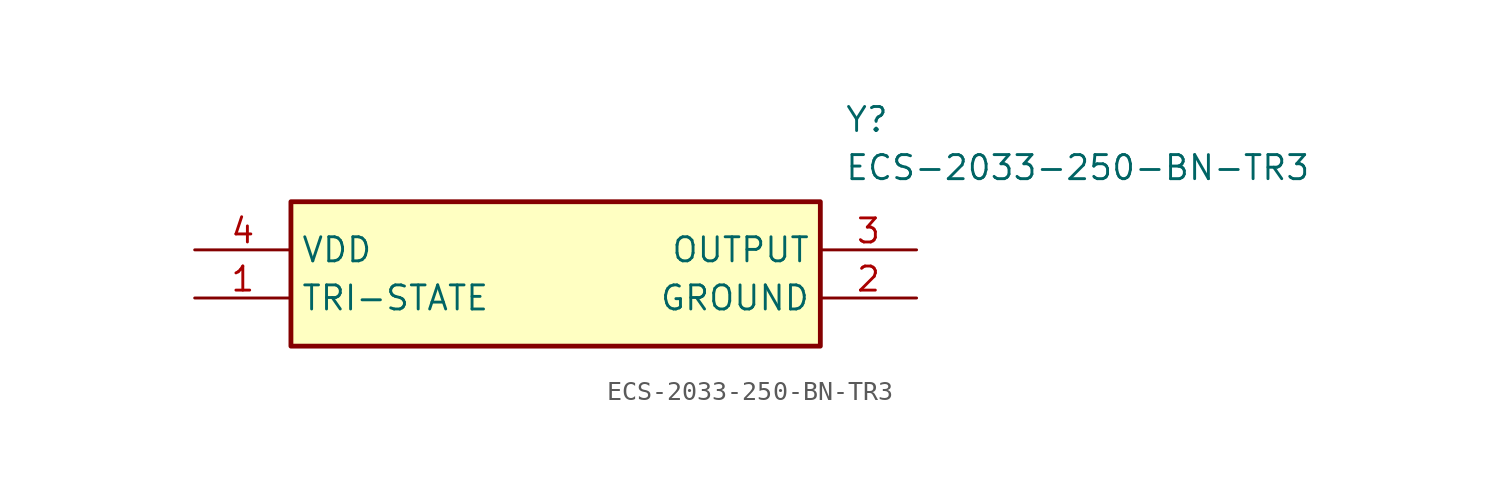
<source format=kicad_sym>
(kicad_symbol_lib
  (version 20211014)
  (generator SamacSys_ECAD_Model)
  (symbol "ECS-2033-250-BN-TR3"
    (property "Reference" "Y"
      (at 34.29 7.62 0)
      (effects (font (size 1.27 1.27)) (justify left top)))
    (property "Value" "ECS-2033-250-BN-TR3"
      (at 34.29 5.08 0)
      (effects (font (size 1.27 1.27)) (justify left top)))
    (rectangle
      (start 5.08 2.54)
      (end 33.02 -5.08)
      (stroke (width 0.254) (type default))
      (fill (type background)))
    (pin passive line
      (at 0 -2.54 0)
      (length 5.08)
      (name "TRI-STATE" (effects (font (size 1.27 1.27))))
      (number "1" (effects (font (size 1.27 1.27)))))
    (pin passive line
      (at 38.1 -2.54 180)
      (length 5.08)
      (name "GROUND" (effects (font (size 1.27 1.27))))
      (number "2" (effects (font (size 1.27 1.27)))))
    (pin passive line
      (at 38.1 0 180)
      (length 5.08)
      (name "OUTPUT" (effects (font (size 1.27 1.27))))
      (number "3" (effects (font (size 1.27 1.27)))))
    (pin passive line
      (at 0 0 0)
      (length 5.08)
      (name "VDD" (effects (font (size 1.27 1.27))))
      (number "4" (effects (font (size 1.27 1.27)))))))
</source>
